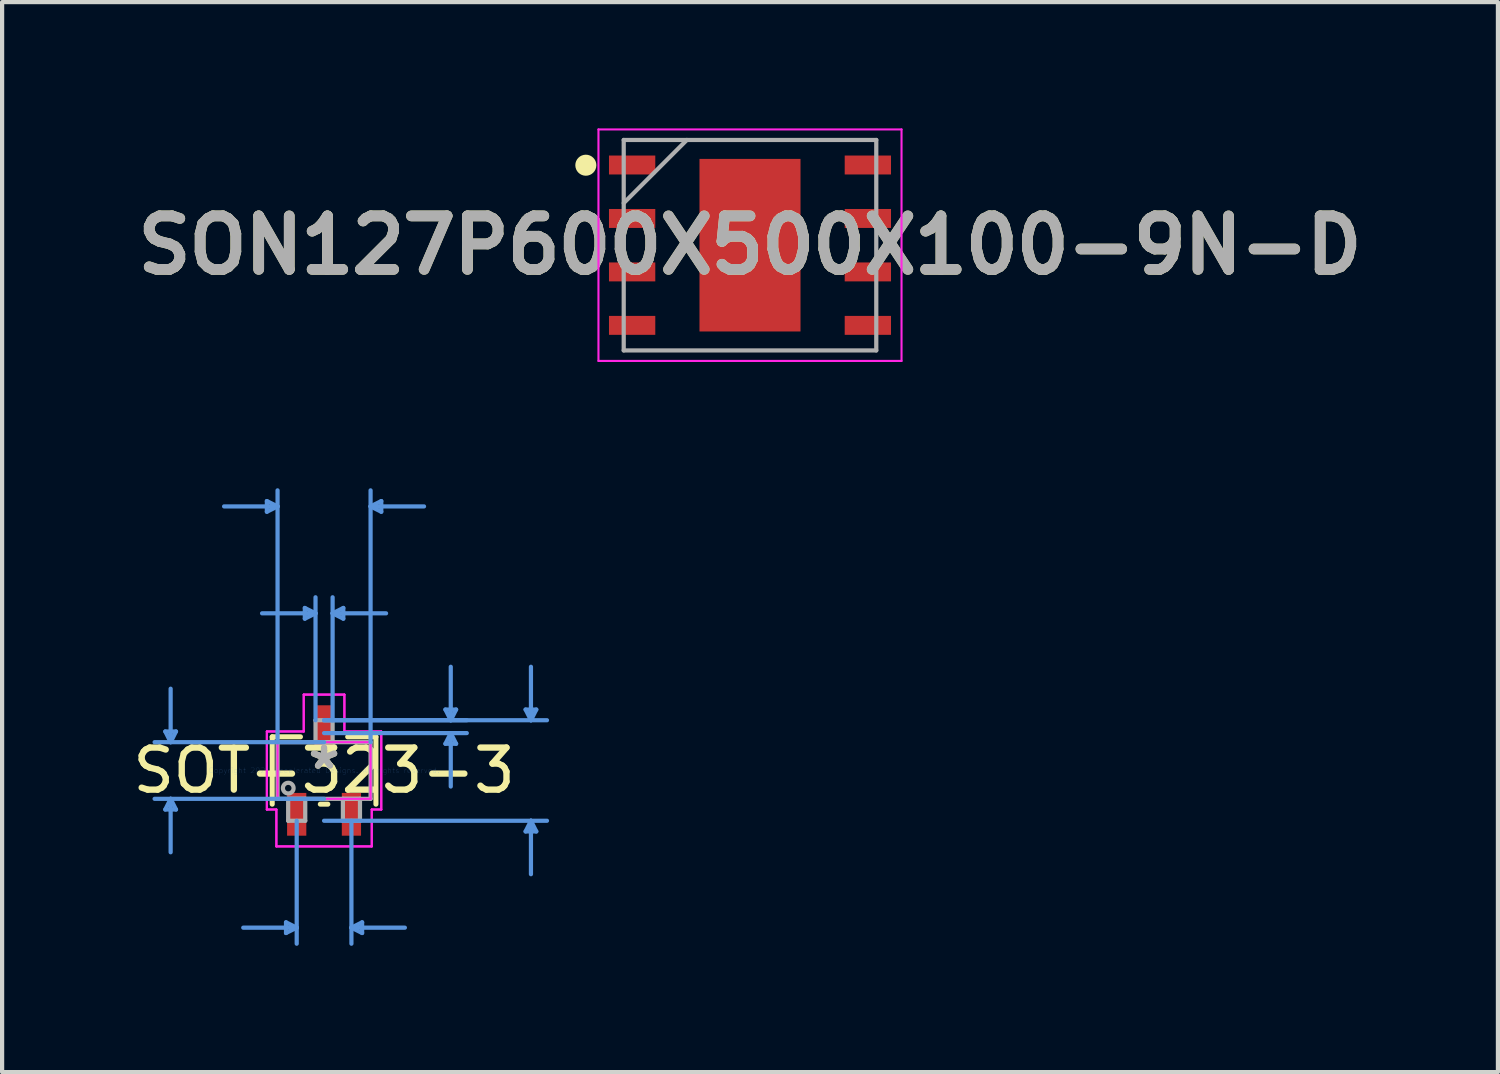
<source format=kicad_pcb>
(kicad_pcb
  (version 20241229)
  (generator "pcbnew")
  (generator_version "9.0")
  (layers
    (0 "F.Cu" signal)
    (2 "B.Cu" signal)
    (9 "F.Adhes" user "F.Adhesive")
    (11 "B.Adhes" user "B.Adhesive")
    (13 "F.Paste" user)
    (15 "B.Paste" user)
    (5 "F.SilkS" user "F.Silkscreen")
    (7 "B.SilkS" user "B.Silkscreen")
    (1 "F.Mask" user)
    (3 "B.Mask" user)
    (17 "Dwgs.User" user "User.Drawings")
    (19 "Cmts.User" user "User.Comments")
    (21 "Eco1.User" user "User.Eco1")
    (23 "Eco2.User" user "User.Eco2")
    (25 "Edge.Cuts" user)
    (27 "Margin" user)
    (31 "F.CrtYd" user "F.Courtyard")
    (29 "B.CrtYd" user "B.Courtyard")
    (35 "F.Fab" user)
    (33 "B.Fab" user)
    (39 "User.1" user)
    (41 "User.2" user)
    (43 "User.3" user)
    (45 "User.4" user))
  (footprint "SON127P600X500X100-9N-D"
    (layer "F.Cu")
    (at 14.768 2.775)
    (property "Reference" "SON127P600X500X100-9N-D" (at 0 0 0) (layer "F.SilkS") (effects (font (size 1.27 1.27) (thickness 0.254))))
    (attr smd)
    (fp_circle (center -3.9 -1.9) (end -3.9 -1.775) (stroke (width 0.25) (type solid)) (fill no) (layer "F.SilkS"))
    (fp_line (start -3.6 -2.75) (end 3.6 -2.75) (stroke (width 0.05) (type solid)) (layer "F.CrtYd"))
    (fp_line (start -3.6 2.75) (end -3.6 -2.75) (stroke (width 0.05) (type solid)) (layer "F.CrtYd"))
    (fp_line (start 3.6 -2.75) (end 3.6 2.75) (stroke (width 0.05) (type solid)) (layer "F.CrtYd"))
    (fp_line (start 3.6 2.75) (end -3.6 2.75) (stroke (width 0.05) (type solid)) (layer "F.CrtYd"))
    (fp_line (start -3 -2.5) (end 3 -2.5) (stroke (width 0.1) (type solid)) (layer "F.Fab"))
    (fp_line (start -3 -1) (end -1.5 -2.5) (stroke (width 0.1) (type solid)) (layer "F.Fab"))
    (fp_line (start -3 2.5) (end -3 -2.5) (stroke (width 0.1) (type solid)) (layer "F.Fab"))
    (fp_line (start 3 -2.5) (end 3 2.5) (stroke (width 0.1) (type solid)) (layer "F.Fab"))
    (fp_line (start 3 2.5) (end -3 2.5) (stroke (width 0.1) (type solid)) (layer "F.Fab"))
    (fp_text user "${REFERENCE}" (at 0 0 0) (layer "F.Fab") (effects (font (size 1.27 1.27) (thickness 0.254))))
    (pad "1" smd rect (at -2.8 -1.905 90) (size 0.45 1.1) (layers "F.Cu" "F.Mask" "F.Paste"))
    (pad "2" smd rect (at -2.8 -0.635 90) (size 0.45 1.1) (layers "F.Cu" "F.Mask" "F.Paste"))
    (pad "3" smd rect (at -2.8 0.635 90) (size 0.45 1.1) (layers "F.Cu" "F.Mask" "F.Paste"))
    (pad "4" smd rect (at -2.8 1.905 90) (size 0.45 1.1) (layers "F.Cu" "F.Mask" "F.Paste"))
    (pad "5" smd rect (at 2.8 1.905 90) (size 0.45 1.1) (layers "F.Cu" "F.Mask" "F.Paste"))
    (pad "6" smd rect (at 2.8 0.635 90) (size 0.45 1.1) (layers "F.Cu" "F.Mask" "F.Paste"))
    (pad "7" smd rect (at 2.8 -0.635 90) (size 0.45 1.1) (layers "F.Cu" "F.Mask" "F.Paste"))
    (pad "8" smd rect (at 2.8 -1.905 90) (size 0.45 1.1) (layers "F.Cu" "F.Mask" "F.Paste"))
    (pad "9" smd rect (at 0 0) (size 2.4 4.1) (layers "F.Cu" "F.Mask" "F.Paste")))
  (footprint "SOT-323-3"
    (layer "F.Cu")
    (at 4.649 15.255)
    (property "Reference" "SOT-323-3" (at 0 0 0) (layer "F.SilkS") (effects (font (size 1 1) (thickness 0.15))))
    (attr through_hole)
    (fp_line (start -1.232 -0.8) (end -1.232 0.8) (stroke (width 0.12) (type solid)) (layer "F.SilkS"))
    (fp_line (start -0.561 -0.8) (end -1.232 -0.8) (stroke (width 0.12) (type solid)) (layer "F.SilkS"))
    (fp_line (start -0.089 0.8) (end 0.089 0.8) (stroke (width 0.12) (type solid)) (layer "F.SilkS"))
    (fp_line (start 1.232 -0.8) (end 0.561 -0.8) (stroke (width 0.12) (type solid)) (layer "F.SilkS"))
    (fp_line (start 1.232 0.8) (end 1.232 -0.8) (stroke (width 0.12) (type solid)) (layer "F.SilkS"))
    (fp_line (start -3.772 -0.927) (end -3.518 -0.927) (stroke (width 0.1) (type solid)) (layer "Cmts.User"))
    (fp_line (start -3.772 0.927) (end -3.518 0.927) (stroke (width 0.1) (type solid)) (layer "Cmts.User"))
    (fp_line (start -3.645 -0.673) (end -3.772 -0.927) (stroke (width 0.1) (type solid)) (layer "Cmts.User"))
    (fp_line (start -3.645 -0.673) (end -3.645 -1.943) (stroke (width 0.1) (type solid)) (layer "Cmts.User"))
    (fp_line (start -3.645 -0.673) (end -3.518 -0.927) (stroke (width 0.1) (type solid)) (layer "Cmts.User"))
    (fp_line (start -3.645 0.673) (end -3.772 0.927) (stroke (width 0.1) (type solid)) (layer "Cmts.User"))
    (fp_line (start -3.645 0.673) (end -3.645 1.943) (stroke (width 0.1) (type solid)) (layer "Cmts.User"))
    (fp_line (start -3.645 0.673) (end -3.518 0.927) (stroke (width 0.1) (type solid)) (layer "Cmts.User"))
    (fp_line (start -1.359 -6.401) (end -1.359 -6.147) (stroke (width 0.1) (type solid)) (layer "Cmts.User"))
    (fp_line (start -1.105 -6.274) (end -2.375 -6.274) (stroke (width 0.1) (type solid)) (layer "Cmts.User"))
    (fp_line (start -1.105 -6.274) (end -1.359 -6.401) (stroke (width 0.1) (type solid)) (layer "Cmts.User"))
    (fp_line (start -1.105 -6.274) (end -1.359 -6.147) (stroke (width 0.1) (type solid)) (layer "Cmts.User"))
    (fp_line (start -1.105 -0.673) (end -1.105 -6.655) (stroke (width 0.1) (type solid)) (layer "Cmts.User"))
    (fp_line (start -0.904 3.607) (end -0.904 3.861) (stroke (width 0.1) (type solid)) (layer "Cmts.User"))
    (fp_line (start -0.65 1.194) (end -0.65 4.115) (stroke (width 0.1) (type solid)) (layer "Cmts.User"))
    (fp_line (start -0.65 3.734) (end -1.92 3.734) (stroke (width 0.1) (type solid)) (layer "Cmts.User"))
    (fp_line (start -0.65 3.734) (end -0.904 3.607) (stroke (width 0.1) (type solid)) (layer "Cmts.User"))
    (fp_line (start -0.65 3.734) (end -0.904 3.861) (stroke (width 0.1) (type solid)) (layer "Cmts.User"))
    (fp_line (start -0.457 -3.861) (end -0.457 -3.607) (stroke (width 0.1) (type solid)) (layer "Cmts.User"))
    (fp_line (start -0.203 -3.734) (end -1.473 -3.734) (stroke (width 0.1) (type solid)) (layer "Cmts.User"))
    (fp_line (start -0.203 -3.734) (end -0.457 -3.861) (stroke (width 0.1) (type solid)) (layer "Cmts.User"))
    (fp_line (start -0.203 -3.734) (end -0.457 -3.607) (stroke (width 0.1) (type solid)) (layer "Cmts.User"))
    (fp_line (start -0.203 -1.194) (end -0.203 -4.115) (stroke (width 0.1) (type solid)) (layer "Cmts.User"))
    (fp_line (start 0 -1.194) (end 3.391 -1.194) (stroke (width 0.1) (type solid)) (layer "Cmts.User"))
    (fp_line (start 0 -1.194) (end 5.296 -1.194) (stroke (width 0.1) (type solid)) (layer "Cmts.User"))
    (fp_line (start 0 -0.889) (end 3.391 -0.889) (stroke (width 0.1) (type solid)) (layer "Cmts.User"))
    (fp_line (start 0 -0.673) (end -4.026 -0.673) (stroke (width 0.1) (type solid)) (layer "Cmts.User"))
    (fp_line (start 0 0.673) (end -4.026 0.673) (stroke (width 0.1) (type solid)) (layer "Cmts.User"))
    (fp_line (start 0 1.194) (end 5.296 1.194) (stroke (width 0.1) (type solid)) (layer "Cmts.User"))
    (fp_line (start 0.203 -3.734) (end 0.457 -3.861) (stroke (width 0.1) (type solid)) (layer "Cmts.User"))
    (fp_line (start 0.203 -3.734) (end 0.457 -3.607) (stroke (width 0.1) (type solid)) (layer "Cmts.User"))
    (fp_line (start 0.203 -3.734) (end 1.473 -3.734) (stroke (width 0.1) (type solid)) (layer "Cmts.User"))
    (fp_line (start 0.203 -1.194) (end 0.203 -4.115) (stroke (width 0.1) (type solid)) (layer "Cmts.User"))
    (fp_line (start 0.457 -3.861) (end 0.457 -3.607) (stroke (width 0.1) (type solid)) (layer "Cmts.User"))
    (fp_line (start 0.65 1.194) (end 0.65 4.115) (stroke (width 0.1) (type solid)) (layer "Cmts.User"))
    (fp_line (start 0.65 3.734) (end 0.904 3.607) (stroke (width 0.1) (type solid)) (layer "Cmts.User"))
    (fp_line (start 0.65 3.734) (end 0.904 3.861) (stroke (width 0.1) (type solid)) (layer "Cmts.User"))
    (fp_line (start 0.65 3.734) (end 1.92 3.734) (stroke (width 0.1) (type solid)) (layer "Cmts.User"))
    (fp_line (start 0.904 3.607) (end 0.904 3.861) (stroke (width 0.1) (type solid)) (layer "Cmts.User"))
    (fp_line (start 1.105 -6.274) (end 1.359 -6.401) (stroke (width 0.1) (type solid)) (layer "Cmts.User"))
    (fp_line (start 1.105 -6.274) (end 1.359 -6.147) (stroke (width 0.1) (type solid)) (layer "Cmts.User"))
    (fp_line (start 1.105 -6.274) (end 2.375 -6.274) (stroke (width 0.1) (type solid)) (layer "Cmts.User"))
    (fp_line (start 1.105 -0.673) (end 1.105 -6.655) (stroke (width 0.1) (type solid)) (layer "Cmts.User"))
    (fp_line (start 1.359 -6.401) (end 1.359 -6.147) (stroke (width 0.1) (type solid)) (layer "Cmts.User"))
    (fp_line (start 2.883 -1.448) (end 3.137 -1.448) (stroke (width 0.1) (type solid)) (layer "Cmts.User"))
    (fp_line (start 2.883 -0.635) (end 3.137 -0.635) (stroke (width 0.1) (type solid)) (layer "Cmts.User"))
    (fp_line (start 3.01 -1.194) (end 2.883 -1.448) (stroke (width 0.1) (type solid)) (layer "Cmts.User"))
    (fp_line (start 3.01 -1.194) (end 3.01 -2.464) (stroke (width 0.1) (type solid)) (layer "Cmts.User"))
    (fp_line (start 3.01 -1.194) (end 3.137 -1.448) (stroke (width 0.1) (type solid)) (layer "Cmts.User"))
    (fp_line (start 3.01 -0.889) (end 2.883 -0.635) (stroke (width 0.1) (type solid)) (layer "Cmts.User"))
    (fp_line (start 3.01 -0.889) (end 3.01 0.381) (stroke (width 0.1) (type solid)) (layer "Cmts.User"))
    (fp_line (start 3.01 -0.889) (end 3.137 -0.635) (stroke (width 0.1) (type solid)) (layer "Cmts.User"))
    (fp_line (start 4.788 -1.448) (end 5.042 -1.448) (stroke (width 0.1) (type solid)) (layer "Cmts.User"))
    (fp_line (start 4.788 1.448) (end 5.042 1.448) (stroke (width 0.1) (type solid)) (layer "Cmts.User"))
    (fp_line (start 4.915 -1.194) (end 4.788 -1.448) (stroke (width 0.1) (type solid)) (layer "Cmts.User"))
    (fp_line (start 4.915 -1.194) (end 4.915 -2.464) (stroke (width 0.1) (type solid)) (layer "Cmts.User"))
    (fp_line (start 4.915 -1.194) (end 5.042 -1.448) (stroke (width 0.1) (type solid)) (layer "Cmts.User"))
    (fp_line (start 4.915 1.194) (end 4.788 1.448) (stroke (width 0.1) (type solid)) (layer "Cmts.User"))
    (fp_line (start 4.915 1.194) (end 4.915 2.464) (stroke (width 0.1) (type solid)) (layer "Cmts.User"))
    (fp_line (start 4.915 1.194) (end 5.042 1.448) (stroke (width 0.1) (type solid)) (layer "Cmts.User"))
    (fp_line (start -1.359 -0.927) (end -0.483 -0.927) (stroke (width 0.05) (type solid)) (layer "F.CrtYd"))
    (fp_line (start -1.359 -0.927) (end -0.483 -0.927) (stroke (width 0.05) (type solid)) (layer "F.CrtYd"))
    (fp_line (start -1.359 0.927) (end -1.359 -0.927) (stroke (width 0.05) (type solid)) (layer "F.CrtYd"))
    (fp_line (start -1.359 0.927) (end -1.359 -0.927) (stroke (width 0.05) (type solid)) (layer "F.CrtYd"))
    (fp_line (start -1.359 0.927) (end -1.133 0.927) (stroke (width 0.05) (type solid)) (layer "F.CrtYd"))
    (fp_line (start -1.133 0.927) (end -1.359 0.927) (stroke (width 0.05) (type solid)) (layer "F.CrtYd"))
    (fp_line (start -1.133 0.927) (end -1.133 1.803) (stroke (width 0.05) (type solid)) (layer "F.CrtYd"))
    (fp_line (start -1.133 1.803) (end -1.133 0.927) (stroke (width 0.05) (type solid)) (layer "F.CrtYd"))
    (fp_line (start -1.133 1.803) (end 1.133 1.803) (stroke (width 0.05) (type solid)) (layer "F.CrtYd"))
    (fp_line (start -1.105 -0.673) (end 1.105 -0.673) (stroke (width 0.05) (type solid)) (layer "F.CrtYd"))
    (fp_line (start -1.105 0.673) (end -1.105 -0.673) (stroke (width 0.05) (type solid)) (layer "F.CrtYd"))
    (fp_line (start -0.483 -1.803) (end 0.483 -1.803) (stroke (width 0.05) (type solid)) (layer "F.CrtYd"))
    (fp_line (start -0.483 -1.803) (end 0.483 -1.803) (stroke (width 0.05) (type solid)) (layer "F.CrtYd"))
    (fp_line (start -0.483 -0.927) (end -0.483 -1.803) (stroke (width 0.05) (type solid)) (layer "F.CrtYd"))
    (fp_line (start -0.483 -0.927) (end -0.483 -1.803) (stroke (width 0.05) (type solid)) (layer "F.CrtYd"))
    (fp_line (start 0.483 -1.803) (end 0.483 -0.927) (stroke (width 0.05) (type solid)) (layer "F.CrtYd"))
    (fp_line (start 0.483 -0.927) (end 0.483 -1.803) (stroke (width 0.05) (type solid)) (layer "F.CrtYd"))
    (fp_line (start 0.483 -0.927) (end 1.359 -0.927) (stroke (width 0.05) (type solid)) (layer "F.CrtYd"))
    (fp_line (start 1.105 -0.673) (end 1.105 0.673) (stroke (width 0.05) (type solid)) (layer "F.CrtYd"))
    (fp_line (start 1.105 0.673) (end -1.105 0.673) (stroke (width 0.05) (type solid)) (layer "F.CrtYd"))
    (fp_line (start 1.133 0.927) (end 1.133 1.803) (stroke (width 0.05) (type solid)) (layer "F.CrtYd"))
    (fp_line (start 1.133 0.927) (end 1.133 1.803) (stroke (width 0.05) (type solid)) (layer "F.CrtYd"))
    (fp_line (start 1.133 1.803) (end -1.133 1.803) (stroke (width 0.05) (type solid)) (layer "F.CrtYd"))
    (fp_line (start 1.359 -0.927) (end 0.483 -0.927) (stroke (width 0.05) (type solid)) (layer "F.CrtYd"))
    (fp_line (start 1.359 -0.927) (end 1.359 0.927) (stroke (width 0.05) (type solid)) (layer "F.CrtYd"))
    (fp_line (start 1.359 -0.927) (end 1.359 0.927) (stroke (width 0.05) (type solid)) (layer "F.CrtYd"))
    (fp_line (start 1.359 0.927) (end 1.133 0.927) (stroke (width 0.05) (type solid)) (layer "F.CrtYd"))
    (fp_line (start 1.359 0.927) (end 1.133 0.927) (stroke (width 0.05) (type solid)) (layer "F.CrtYd"))
    (fp_line (start -1.105 -0.673) (end -1.105 0.673) (stroke (width 0.1) (type solid)) (layer "F.Fab"))
    (fp_line (start -1.105 0.673) (end 1.105 0.673) (stroke (width 0.1) (type solid)) (layer "F.Fab"))
    (fp_line (start -0.853 0.673) (end -0.853 1.194) (stroke (width 0.1) (type solid)) (layer "F.Fab"))
    (fp_line (start -0.853 1.194) (end -0.447 1.194) (stroke (width 0.1) (type solid)) (layer "F.Fab"))
    (fp_line (start -0.447 0.673) (end -0.853 0.673) (stroke (width 0.1) (type solid)) (layer "F.Fab"))
    (fp_line (start -0.447 1.194) (end -0.447 0.673) (stroke (width 0.1) (type solid)) (layer "F.Fab"))
    (fp_line (start -0.203 -1.194) (end -0.203 -0.673) (stroke (width 0.1) (type solid)) (layer "F.Fab"))
    (fp_line (start -0.203 -0.673) (end 0.203 -0.673) (stroke (width 0.1) (type solid)) (layer "F.Fab"))
    (fp_line (start 0.203 -1.194) (end -0.203 -1.194) (stroke (width 0.1) (type solid)) (layer "F.Fab"))
    (fp_line (start 0.203 -0.673) (end 0.203 -1.194) (stroke (width 0.1) (type solid)) (layer "F.Fab"))
    (fp_line (start 0.447 0.673) (end 0.447 1.194) (stroke (width 0.1) (type solid)) (layer "F.Fab"))
    (fp_line (start 0.447 1.194) (end 0.853 1.194) (stroke (width 0.1) (type solid)) (layer "F.Fab"))
    (fp_line (start 0.853 0.673) (end 0.447 0.673) (stroke (width 0.1) (type solid)) (layer "F.Fab"))
    (fp_line (start 0.853 1.194) (end 0.853 0.673) (stroke (width 0.1) (type solid)) (layer "F.Fab"))
    (fp_line (start 1.105 -0.673) (end -1.105 -0.673) (stroke (width 0.1) (type solid)) (layer "F.Fab"))
    (fp_line (start 1.105 0.673) (end 1.105 -0.673) (stroke (width 0.1) (type solid)) (layer "F.Fab"))
    (fp_circle (center -0.851 0.419) (end -0.724 0.419) (stroke (width 0.1) (type solid)) (fill no) (layer "F.Fab"))
    (fp_text user "*" (at 0 0 0) (layer "F.SilkS") (effects (font (size 1 1) (thickness 0.15))))
    (fp_text user "Copyright 2021 Accelerated Designs. All rights reserved." (at 0 0 0) (layer "Cmts.User") (effects (font (size 0.127 0.127) (thickness 0.002))))
    (fp_text user "*" (at 0 0 0) (layer "F.Fab") (effects (font (size 1 1) (thickness 0.15))))
    (pad "1" smd rect (at -0.65 1.041) (size 0.457 1.016) (layers "F.Cu" "F.Mask" "F.Paste"))
    (pad "2" smd rect (at 0.65 1.041) (size 0.457 1.016) (layers "F.Cu" "F.Mask" "F.Paste"))
    (pad "3" smd rect (at 0 -1.041) (size 0.457 1.016) (layers "F.Cu" "F.Mask" "F.Paste")))
  (gr_rect
    (start -3 -3)
    (end 32.537 22.42)
    (stroke (width 0.1) (type default))
    (fill no)
    (layer "Edge.Cuts")))
</source>
